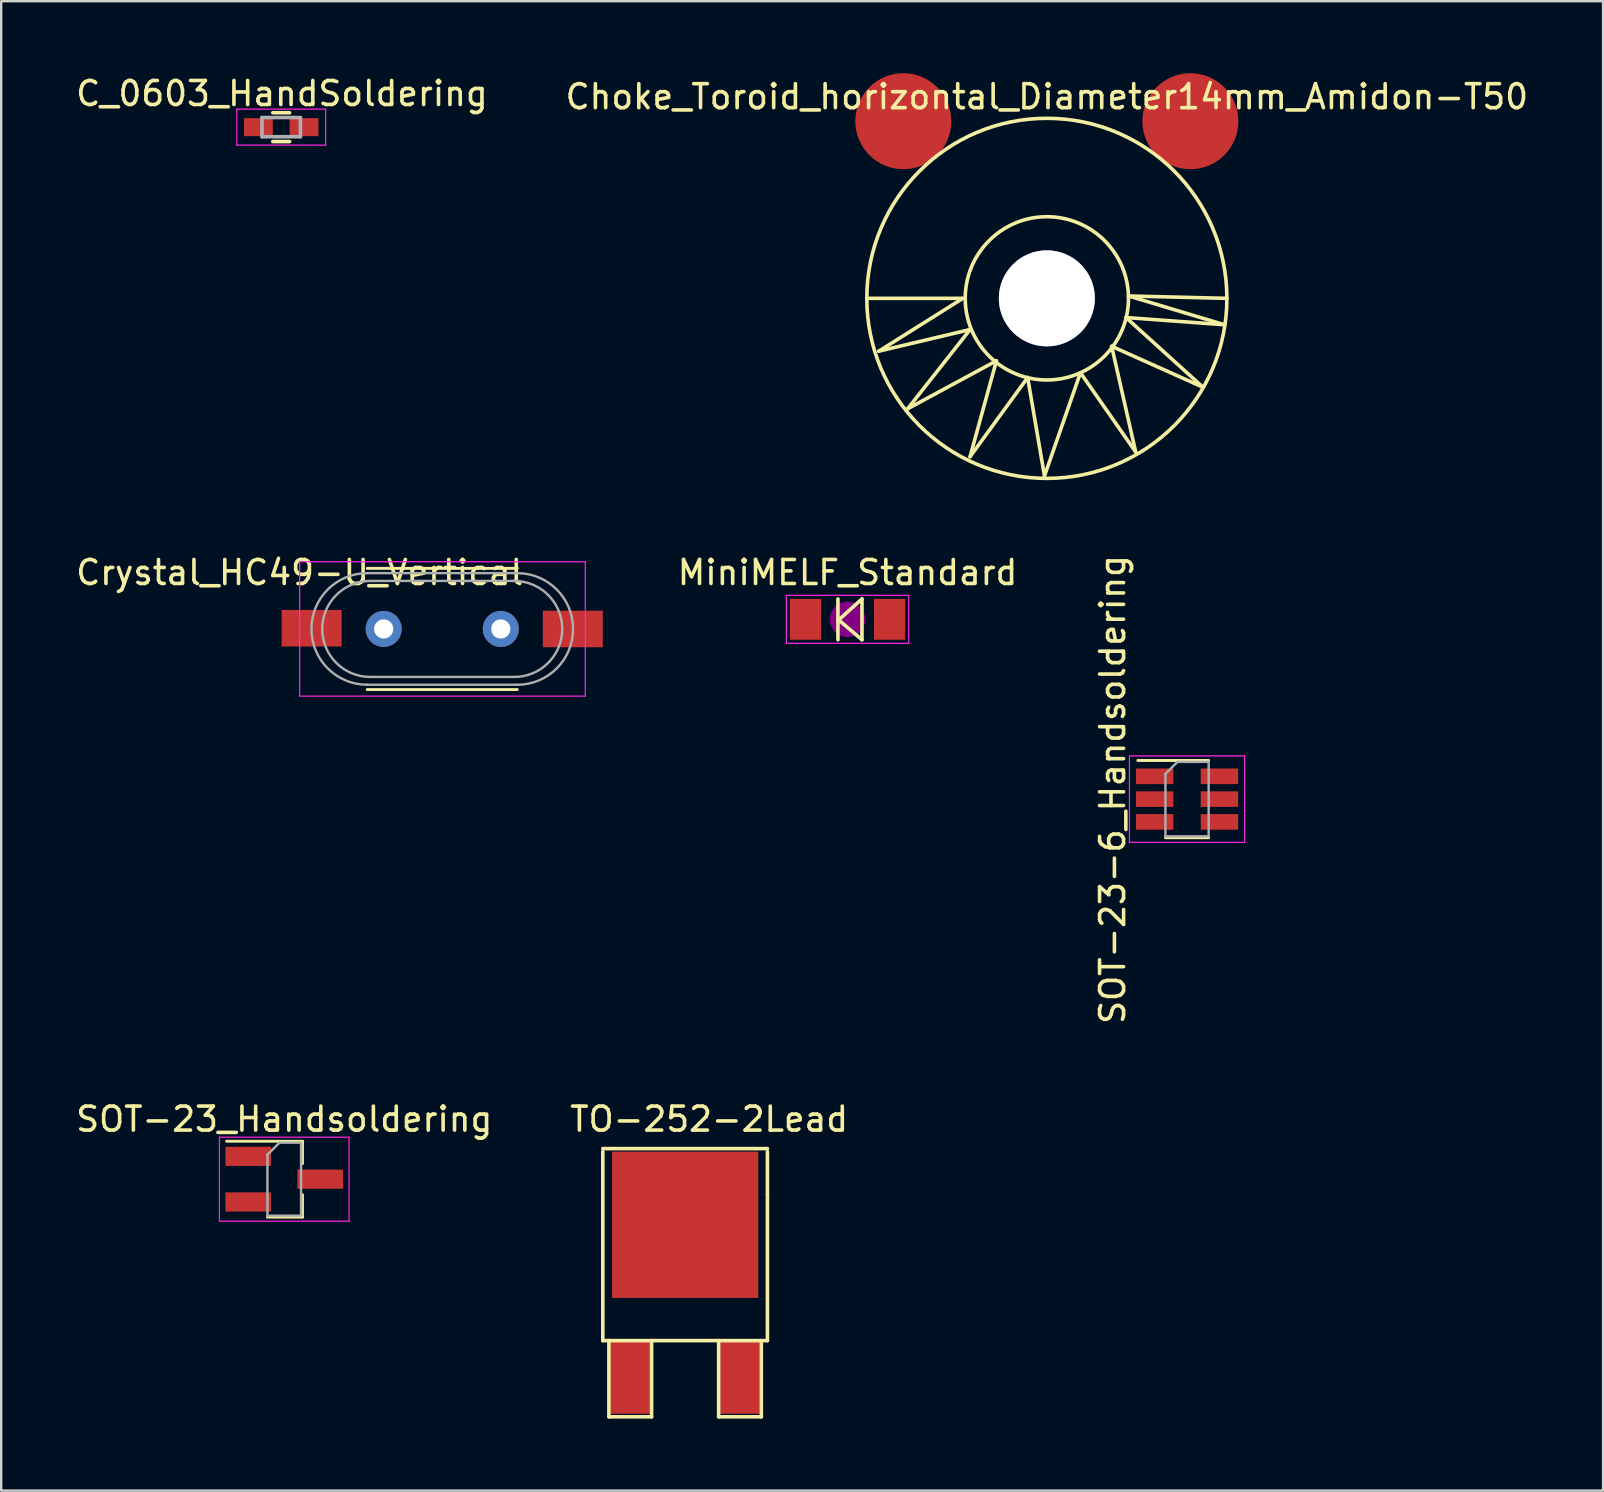
<source format=kicad_pcb>
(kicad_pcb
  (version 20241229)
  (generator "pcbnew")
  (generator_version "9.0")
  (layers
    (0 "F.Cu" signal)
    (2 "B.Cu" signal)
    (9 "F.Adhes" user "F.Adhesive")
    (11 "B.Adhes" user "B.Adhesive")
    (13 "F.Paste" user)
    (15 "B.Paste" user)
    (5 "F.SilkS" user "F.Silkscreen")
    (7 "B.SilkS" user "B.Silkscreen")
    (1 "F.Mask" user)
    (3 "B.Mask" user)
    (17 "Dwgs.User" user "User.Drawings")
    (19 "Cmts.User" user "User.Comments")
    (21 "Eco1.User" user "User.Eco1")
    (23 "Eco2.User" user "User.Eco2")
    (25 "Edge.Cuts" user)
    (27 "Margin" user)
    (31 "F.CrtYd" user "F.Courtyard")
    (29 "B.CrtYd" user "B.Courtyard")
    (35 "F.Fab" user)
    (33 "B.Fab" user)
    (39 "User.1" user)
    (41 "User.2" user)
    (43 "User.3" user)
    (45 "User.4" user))
  (footprint "TO-252-2Lead"
    (layer "F.Cu")
    (at 25.494 54.328)
    (property "Reference" "TO-252-2Lead" (at 1 -10.75 0) (layer "F.SilkS") (effects (font (size 1 1) (thickness 0.15))))
    (attr smd)
    (fp_line (start -3.429 -9.525) (end 3.429 -9.525) (stroke (width 0.15) (type solid)) (layer "F.SilkS"))
    (fp_line (start -3.429 -1.524) (end -3.429 -9.398) (stroke (width 0.15) (type solid)) (layer "F.SilkS"))
    (fp_line (start -3.175 -1.524) (end -3.175 1.651) (stroke (width 0.15) (type solid)) (layer "F.SilkS"))
    (fp_line (start -3.175 1.651) (end -1.397 1.651) (stroke (width 0.15) (type solid)) (layer "F.SilkS"))
    (fp_line (start -1.397 1.651) (end -1.397 -1.524) (stroke (width 0.15) (type solid)) (layer "F.SilkS"))
    (fp_line (start 1.397 -1.524) (end 1.397 1.651) (stroke (width 0.15) (type solid)) (layer "F.SilkS"))
    (fp_line (start 1.397 1.651) (end 3.175 1.651) (stroke (width 0.15) (type solid)) (layer "F.SilkS"))
    (fp_line (start 3.175 1.651) (end 3.175 -1.524) (stroke (width 0.15) (type solid)) (layer "F.SilkS"))
    (fp_line (start 3.429 -9.398) (end 3.429 -7.62) (stroke (width 0.15) (type solid)) (layer "F.SilkS"))
    (fp_line (start 3.429 -7.62) (end 3.429 -1.524) (stroke (width 0.15) (type solid)) (layer "F.SilkS"))
    (fp_line (start 3.429 -1.524) (end -3.429 -1.524) (stroke (width 0.15) (type solid)) (layer "F.SilkS"))
    (pad "1" smd rect (at -2.286 0) (size 1.651 3.048) (layers "F.Cu" "F.Mask" "F.Paste"))
    (pad "2" smd rect (at 0 -6.35) (size 6.096 6.096) (layers "F.Cu" "F.Mask" "F.Paste"))
    (pad "3" smd rect (at 2.286 0) (size 1.651 3.048) (layers "F.Cu" "F.Mask" "F.Paste")))
  (footprint "SOT-23_Handsoldering"
    (layer "F.Cu")
    (at 8.792 46.078)
    (property "Reference" "SOT-23_Handsoldering" (at 0 -2.5 0) (layer "F.SilkS") (effects (font (size 1 1) (thickness 0.15))))
    (attr smd)
    (fp_line (start 0.76 -1.58) (end -2.4 -1.58) (stroke (width 0.12) (type solid)) (layer "F.SilkS"))
    (fp_line (start 0.76 -1.58) (end 0.76 -0.65) (stroke (width 0.12) (type solid)) (layer "F.SilkS"))
    (fp_line (start 0.76 1.58) (end -0.7 1.58) (stroke (width 0.12) (type solid)) (layer "F.SilkS"))
    (fp_line (start 0.76 1.58) (end 0.76 0.65) (stroke (width 0.12) (type solid)) (layer "F.SilkS"))
    (fp_line (start -2.7 -1.75) (end 2.7 -1.75) (stroke (width 0.05) (type solid)) (layer "F.CrtYd"))
    (fp_line (start -2.7 1.75) (end -2.7 -1.75) (stroke (width 0.05) (type solid)) (layer "F.CrtYd"))
    (fp_line (start 2.7 -1.75) (end 2.7 1.75) (stroke (width 0.05) (type solid)) (layer "F.CrtYd"))
    (fp_line (start 2.7 1.75) (end -2.7 1.75) (stroke (width 0.05) (type solid)) (layer "F.CrtYd"))
    (fp_line (start -0.7 -1.02) (end -0.7 1.52) (stroke (width 0.1) (type solid)) (layer "F.Fab"))
    (fp_line (start -0.7 1.52) (end 0.7 1.52) (stroke (width 0.1) (type solid)) (layer "F.Fab"))
    (fp_line (start -0.2 -1.52) (end -0.7 -1.02) (stroke (width 0.1) (type solid)) (layer "F.Fab"))
    (fp_line (start -0.2 -1.52) (end 0.7 -1.52) (stroke (width 0.1) (type solid)) (layer "F.Fab"))
    (fp_line (start 0.7 -1.52) (end 0.7 1.52) (stroke (width 0.1) (type solid)) (layer "F.Fab"))
    (pad "1" smd rect (at -1.5 -0.95) (size 1.9 0.8) (layers "F.Cu" "F.Mask" "F.Paste"))
    (pad "2" smd rect (at -1.5 0.95) (size 1.9 0.8) (layers "F.Cu" "F.Mask" "F.Paste"))
    (pad "3" smd rect (at 1.5 0) (size 1.9 0.8) (layers "F.Cu" "F.Mask" "F.Paste")))
  (footprint "C_0603_HandSoldering"
    (layer "F.Cu")
    (at 8.666 2.248)
    (property "Reference" "C_0603_HandSoldering" (at 0.03 -1.4 0) (layer "F.SilkS") (effects (font (size 1 1) (thickness 0.15))))
    (attr smd)
    (fp_line (start -0.35 -0.6) (end 0.35 -0.6) (stroke (width 0.15) (type solid)) (layer "F.SilkS"))
    (fp_line (start 0.35 0.6) (end -0.35 0.6) (stroke (width 0.15) (type solid)) (layer "F.SilkS"))
    (fp_line (start -1.85 -0.75) (end -1.85 0.75) (stroke (width 0.05) (type solid)) (layer "F.CrtYd"))
    (fp_line (start -1.85 -0.75) (end 1.85 -0.75) (stroke (width 0.05) (type solid)) (layer "F.CrtYd"))
    (fp_line (start -1.85 0.75) (end 1.85 0.75) (stroke (width 0.05) (type solid)) (layer "F.CrtYd"))
    (fp_line (start 1.85 -0.75) (end 1.85 0.75) (stroke (width 0.05) (type solid)) (layer "F.CrtYd"))
    (fp_line (start -0.8 -0.4) (end 0.8 -0.4) (stroke (width 0.15) (type solid)) (layer "F.Fab"))
    (fp_line (start -0.8 0.4) (end -0.8 -0.4) (stroke (width 0.15) (type solid)) (layer "F.Fab"))
    (fp_line (start 0.8 -0.4) (end 0.8 0.4) (stroke (width 0.15) (type solid)) (layer "F.Fab"))
    (fp_line (start 0.8 0.4) (end -0.8 0.4) (stroke (width 0.15) (type solid)) (layer "F.Fab"))
    (pad "1" smd rect (at -0.95 0) (size 1.2 0.75) (layers "F.Cu" "F.Mask" "F.Paste"))
    (pad "2" smd rect (at 0.95 0) (size 1.2 0.75) (layers "F.Cu" "F.Mask" "F.Paste")))
  (footprint "MiniMELF_Standard"
    (layer "F.Cu")
    (at 32.261 22.754)
    (property "Reference" "MiniMELF_Standard" (at 0 -1.95 0) (layer "F.SilkS") (effects (font (size 1 1) (thickness 0.15))))
    (attr smd)
    (fp_line (start -0.4 -0.85) (end -0.4 0.85) (stroke (width 0.15) (type solid)) (layer "F.SilkS"))
    (fp_line (start -0.4 0.051) (end 0.601 -0.85) (stroke (width 0.15) (type solid)) (layer "F.SilkS"))
    (fp_line (start 0.601 -0.85) (end 0.601 0.85) (stroke (width 0.15) (type solid)) (layer "F.SilkS"))
    (fp_line (start 0.601 0.85) (end -0.4 0) (stroke (width 0.15) (type solid)) (layer "F.SilkS"))
    (fp_circle (center 0 0) (end 0 0.201) (stroke (width 0.381) (type solid)) (fill no) (layer "F.Adhes"))
    (fp_circle (center 0 0) (end 0 0.551) (stroke (width 0.381) (type solid)) (fill no) (layer "F.Adhes"))
    (fp_line (start -2.55 -1) (end 2.55 -1) (stroke (width 0.05) (type solid)) (layer "F.CrtYd"))
    (fp_line (start -2.55 1) (end -2.55 -1) (stroke (width 0.05) (type solid)) (layer "F.CrtYd"))
    (fp_line (start 2.55 -1) (end 2.55 1) (stroke (width 0.05) (type solid)) (layer "F.CrtYd"))
    (fp_line (start 2.55 1) (end -2.55 1) (stroke (width 0.05) (type solid)) (layer "F.CrtYd"))
    (pad "1" smd rect (at -1.75 0) (size 1.3 1.699) (layers "F.Cu" "F.Mask" "F.Paste"))
    (pad "2" smd rect (at 1.75 0) (size 1.3 1.699) (layers "F.Cu" "F.Mask" "F.Paste")))
  (footprint "SOT-23-6_Handsoldering"
    (layer "F.Cu")
    (at 46.406 30.243)
    (property "Reference" "SOT-23-6_Handsoldering" (at -3.1 -0.4 90) (layer "F.SilkS") (effects (font (size 1 1) (thickness 0.15))))
    (attr smd)
    (fp_line (start -0.9 1.61) (end 0.9 1.61) (stroke (width 0.12) (type solid)) (layer "F.SilkS"))
    (fp_line (start 0.9 -1.61) (end -2.05 -1.61) (stroke (width 0.12) (type solid)) (layer "F.SilkS"))
    (fp_line (start -2.4 -1.8) (end 2.4 -1.8) (stroke (width 0.05) (type solid)) (layer "F.CrtYd"))
    (fp_line (start -2.4 1.8) (end -2.4 -1.8) (stroke (width 0.05) (type solid)) (layer "F.CrtYd"))
    (fp_line (start 2.4 -1.8) (end 2.4 1.8) (stroke (width 0.05) (type solid)) (layer "F.CrtYd"))
    (fp_line (start 2.4 1.8) (end -2.4 1.8) (stroke (width 0.05) (type solid)) (layer "F.CrtYd"))
    (fp_line (start -0.9 -1.05) (end -0.9 1.55) (stroke (width 0.1) (type solid)) (layer "F.Fab"))
    (fp_line (start -0.4 -1.55) (end -0.9 -1.05) (stroke (width 0.1) (type solid)) (layer "F.Fab"))
    (fp_line (start 0.9 -1.55) (end -0.4 -1.55) (stroke (width 0.1) (type solid)) (layer "F.Fab"))
    (fp_line (start 0.9 -1.55) (end 0.9 1.55) (stroke (width 0.1) (type solid)) (layer "F.Fab"))
    (fp_line (start 0.9 1.55) (end -0.9 1.55) (stroke (width 0.1) (type solid)) (layer "F.Fab"))
    (pad "1" smd rect (at -1.35 -0.95) (size 1.56 0.65) (layers "F.Cu" "F.Mask" "F.Paste"))
    (pad "2" smd rect (at -1.35 0) (size 1.56 0.65) (layers "F.Cu" "F.Mask" "F.Paste"))
    (pad "3" smd rect (at -1.35 0.95) (size 1.56 0.65) (layers "F.Cu" "F.Mask" "F.Paste"))
    (pad "4" smd rect (at 1.35 0.95) (size 1.56 0.65) (layers "F.Cu" "F.Mask" "F.Paste"))
    (pad "5" smd rect (at 1.35 0) (size 1.56 0.65) (layers "F.Cu" "F.Mask" "F.Paste"))
    (pad "6" smd rect (at 1.35 -0.95) (size 1.56 0.65) (layers "F.Cu" "F.Mask" "F.Paste")))
  (footprint "Choke_Toroid_horizontal_Diameter14mm_Amidon-T50"
    (layer "F.Cu")
    (at 40.565 9.38)
    (property "Reference" "Choke_Toroid_horizontal_Diameter14mm_Amidon-T50" (at 0 -8.4 0) (layer "F.SilkS") (effects (font (size 1 1) (thickness 0.15))))
    (attr through_hole)
    (fp_line (start -7.501 0) (end -3.5 0) (stroke (width 0.15) (type solid)) (layer "F.SilkS"))
    (fp_line (start -7 2.2) (end -3.2 1.3) (stroke (width 0.15) (type solid)) (layer "F.SilkS"))
    (fp_line (start -5.799 4.6) (end -2.101 2.601) (stroke (width 0.15) (type solid)) (layer "F.SilkS"))
    (fp_line (start -3.5 0) (end -7 2.2) (stroke (width 0.15) (type solid)) (layer "F.SilkS"))
    (fp_line (start -3.2 1.3) (end -5.799 4.6) (stroke (width 0.15) (type solid)) (layer "F.SilkS"))
    (fp_line (start -3.2 6.599) (end -0.8 3.299) (stroke (width 0.15) (type solid)) (layer "F.SilkS"))
    (fp_line (start -2.101 2.601) (end -3.2 6.599) (stroke (width 0.15) (type solid)) (layer "F.SilkS"))
    (fp_line (start -0.8 3.299) (end -0.099 7.399) (stroke (width 0.15) (type solid)) (layer "F.SilkS"))
    (fp_line (start -0.099 7.399) (end 1.4 3.099) (stroke (width 0.15) (type solid)) (layer "F.SilkS"))
    (fp_line (start 1.4 3.099) (end 3.701 6.401) (stroke (width 0.15) (type solid)) (layer "F.SilkS"))
    (fp_line (start 2.7 1.999) (end 6.5 3.701) (stroke (width 0.15) (type solid)) (layer "F.SilkS"))
    (fp_line (start 3.299 0.8) (end 7.399 1.1) (stroke (width 0.15) (type solid)) (layer "F.SilkS"))
    (fp_line (start 3.401 -0.099) (end 7.501 0) (stroke (width 0.15) (type solid)) (layer "F.SilkS"))
    (fp_line (start 3.701 6.401) (end 2.7 1.999) (stroke (width 0.15) (type solid)) (layer "F.SilkS"))
    (fp_line (start 6.5 3.701) (end 3.299 0.8) (stroke (width 0.15) (type solid)) (layer "F.SilkS"))
    (fp_line (start 7.399 1.1) (end 3.401 -0.099) (stroke (width 0.15) (type solid)) (layer "F.SilkS"))
    (fp_circle (center 0 0) (end 3.401 0) (stroke (width 0.15) (type solid)) (fill no) (layer "F.SilkS"))
    (fp_circle (center 0 0) (end 7.501 0) (stroke (width 0.15) (type solid)) (fill no) (layer "F.SilkS"))
    (pad "1" smd circle (at -5.98 -7.38) (size 4 4) (layers "F.Cu" "F.Mask" "F.Paste"))
    (pad "2" smd circle (at 5.98 -7.38) (size 4 4) (layers "F.Cu" "F.Mask" "F.Paste"))
    (pad "9" thru_hole circle (at 0 0) (size 4 4) (drill 4) (layers "*.Cu" "*.Mask")))
  (footprint "Crystal_HC49-U_Vertical"
    (layer "F.Cu")
    (at 12.935 23.154)
    (property "Reference" "Crystal_HC49-U_Vertical" (at -3.5 -2.35 0) (layer "F.SilkS") (effects (font (size 1 1) (thickness 0.15))))
    (attr through_hole)
    (fp_line (start -0.685 -2.525) (end 5.565 -2.525) (stroke (width 0.12) (type solid)) (layer "F.SilkS"))
    (fp_line (start -0.685 2.525) (end 5.565 2.525) (stroke (width 0.12) (type solid)) (layer "F.SilkS"))
    (fp_line (start -3.5 -2.8) (end -3.5 2.8) (stroke (width 0.05) (type solid)) (layer "F.CrtYd"))
    (fp_line (start -3.5 2.8) (end 8.4 2.8) (stroke (width 0.05) (type solid)) (layer "F.CrtYd"))
    (fp_line (start 8.4 -2.8) (end -3.5 -2.8) (stroke (width 0.05) (type solid)) (layer "F.CrtYd"))
    (fp_line (start 8.4 2.8) (end 8.4 -2.8) (stroke (width 0.05) (type solid)) (layer "F.CrtYd"))
    (fp_line (start -0.685 -2.325) (end 5.565 -2.325) (stroke (width 0.1) (type solid)) (layer "F.Fab"))
    (fp_line (start -0.685 2.325) (end 5.565 2.325) (stroke (width 0.1) (type solid)) (layer "F.Fab"))
    (fp_line (start -0.56 -2) (end 5.44 -2) (stroke (width 0.1) (type solid)) (layer "F.Fab"))
    (fp_line (start -0.56 2) (end 5.44 2) (stroke (width 0.1) (type solid)) (layer "F.Fab"))
    (fp_arc (start -0.685 2.325) (mid -3.01 0) (end -0.685 -2.325) (stroke (width 0.1) (type solid)) (layer "F.Fab"))
    (fp_arc (start -0.56 2) (mid -2.56 0) (end -0.56 -2) (stroke (width 0.1) (type solid)) (layer "F.Fab"))
    (fp_arc (start 5.44 -2) (mid 7.44 0) (end 5.44 2) (stroke (width 0.1) (type solid)) (layer "F.Fab"))
    (fp_arc (start 5.565 -2.325) (mid 7.89 0) (end 5.565 2.325) (stroke (width 0.1) (type solid)) (layer "F.Fab"))
    (pad "1" thru_hole circle (at 0 0) (size 1.5 1.5) (drill 0.8) (layers "*.Cu" "*.Mask"))
    (pad "2" thru_hole circle (at 4.88 0) (size 1.5 1.5) (drill 0.8) (layers "*.Cu" "*.Mask"))
    (pad "3" smd rect (at 7.88 0) (size 2.5 1.524) (layers "F.Cu" "F.Mask" "F.Paste"))
    (pad "4" smd rect (at -3 -0.03) (size 2.5 1.524) (layers "F.Cu" "F.Mask" "F.Paste")))
  (gr_rect
    (start -3 -3)
    (end 63.738 59.054)
    (stroke (width 0.1) (type default))
    (fill no)
    (layer "Edge.Cuts")))
</source>
